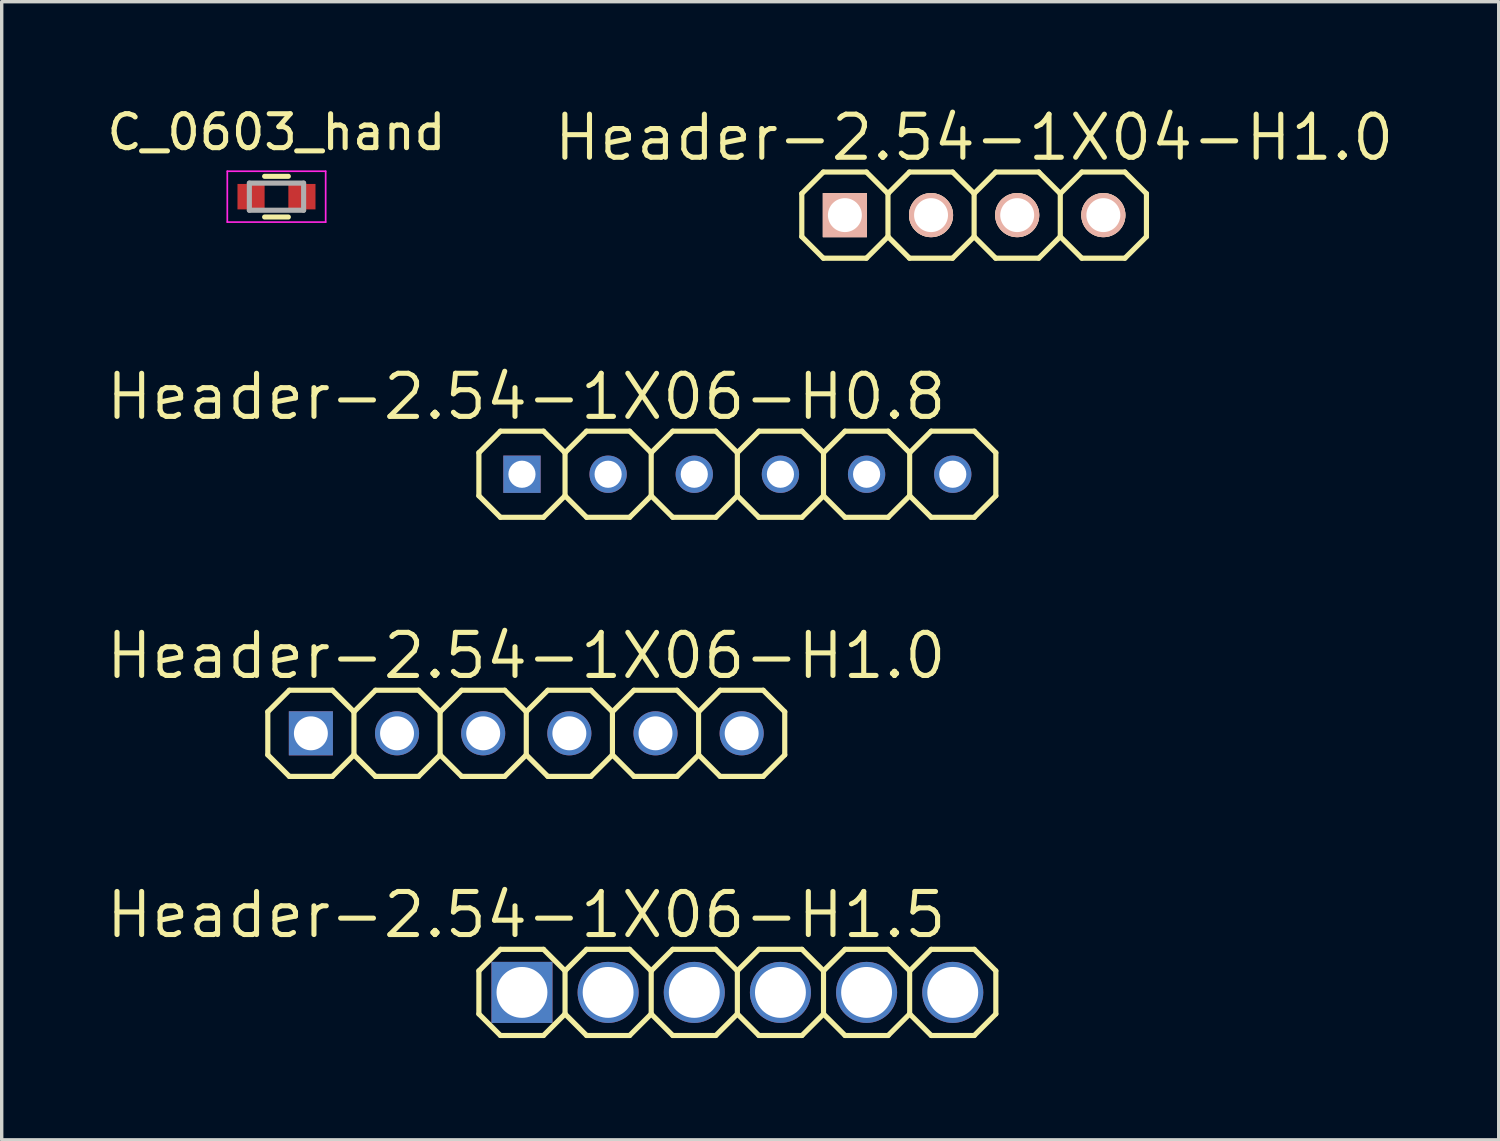
<source format=kicad_pcb>
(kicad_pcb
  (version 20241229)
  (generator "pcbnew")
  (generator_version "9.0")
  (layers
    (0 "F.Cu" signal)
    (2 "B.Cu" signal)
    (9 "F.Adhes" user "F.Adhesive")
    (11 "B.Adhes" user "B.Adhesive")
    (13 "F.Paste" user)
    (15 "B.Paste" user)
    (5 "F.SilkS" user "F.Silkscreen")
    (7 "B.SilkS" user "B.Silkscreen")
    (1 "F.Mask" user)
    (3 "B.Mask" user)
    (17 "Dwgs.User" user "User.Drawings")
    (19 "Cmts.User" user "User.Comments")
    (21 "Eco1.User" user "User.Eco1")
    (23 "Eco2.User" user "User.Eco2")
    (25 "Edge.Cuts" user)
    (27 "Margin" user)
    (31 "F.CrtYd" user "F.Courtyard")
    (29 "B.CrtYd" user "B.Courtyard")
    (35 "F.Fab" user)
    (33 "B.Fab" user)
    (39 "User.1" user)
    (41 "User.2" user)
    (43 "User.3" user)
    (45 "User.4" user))
  (footprint "C_0603_hand"
    (layer "F.Cu")
    (at 5.101 2.748)
    (property "Reference" "C_0603_hand" (at 0 -1.9 0) (layer "F.SilkS") (effects (font (size 1 1) (thickness 0.15))))
    (attr smd)
    (fp_line (start -0.35 -0.6) (end 0.35 -0.6) (stroke (width 0.15) (type solid)) (layer "F.SilkS"))
    (fp_line (start 0.35 0.6) (end -0.35 0.6) (stroke (width 0.15) (type solid)) (layer "F.SilkS"))
    (fp_line (start -1.45 -0.75) (end -1.45 0.75) (stroke (width 0.05) (type solid)) (layer "F.CrtYd"))
    (fp_line (start -1.45 -0.75) (end 1.45 -0.75) (stroke (width 0.05) (type solid)) (layer "F.CrtYd"))
    (fp_line (start -1.45 0.75) (end 1.45 0.75) (stroke (width 0.05) (type solid)) (layer "F.CrtYd"))
    (fp_line (start 1.45 -0.75) (end 1.45 0.75) (stroke (width 0.05) (type solid)) (layer "F.CrtYd"))
    (fp_line (start -0.8 -0.4) (end 0.8 -0.4) (stroke (width 0.15) (type solid)) (layer "F.Fab"))
    (fp_line (start -0.8 0.4) (end -0.8 -0.4) (stroke (width 0.15) (type solid)) (layer "F.Fab"))
    (fp_line (start 0.8 -0.4) (end 0.8 0.4) (stroke (width 0.15) (type solid)) (layer "F.Fab"))
    (fp_line (start 0.8 0.4) (end -0.8 0.4) (stroke (width 0.15) (type solid)) (layer "F.Fab"))
    (pad "1" smd rect (at -0.75 0) (size 0.8 0.75) (layers "F.Cu" "F.Mask" "F.Paste"))
    (pad "2" smd rect (at 0.75 0) (size 0.8 0.75) (layers "F.Cu" "F.Mask" "F.Paste")))
  (footprint "Header-2.54-1X04-H1.0"
    (layer "F.Cu")
    (at 25.668 3.292)
    (property "Reference" "Header-2.54-1X04-H1.0" (at 0 -2.286 0) (layer "F.SilkS") (effects (font (size 1.27 1.27) (thickness 0.15))))
    (attr exclude_from_pos_files exclude_from_bom)
    (fp_line (start -5.08 -0.635) (end -5.08 0.635) (stroke (width 0.152) (type solid)) (layer "F.SilkS"))
    (fp_line (start -5.08 0.635) (end -4.445 1.27) (stroke (width 0.152) (type solid)) (layer "F.SilkS"))
    (fp_line (start -4.445 -1.27) (end -5.08 -0.635) (stroke (width 0.152) (type solid)) (layer "F.SilkS"))
    (fp_line (start -4.445 -1.27) (end -3.175 -1.27) (stroke (width 0.152) (type solid)) (layer "F.SilkS"))
    (fp_line (start -3.175 -1.27) (end -2.54 -0.635) (stroke (width 0.152) (type solid)) (layer "F.SilkS"))
    (fp_line (start -3.175 1.27) (end -4.445 1.27) (stroke (width 0.152) (type solid)) (layer "F.SilkS"))
    (fp_line (start -2.54 -0.635) (end -2.54 0.635) (stroke (width 0.152) (type solid)) (layer "F.SilkS"))
    (fp_line (start -2.54 -0.635) (end -1.905 -1.27) (stroke (width 0.152) (type solid)) (layer "F.SilkS"))
    (fp_line (start -2.54 0.635) (end -3.175 1.27) (stroke (width 0.152) (type solid)) (layer "F.SilkS"))
    (fp_line (start -1.905 -1.27) (end -0.635 -1.27) (stroke (width 0.152) (type solid)) (layer "F.SilkS"))
    (fp_line (start -1.905 1.27) (end -2.54 0.635) (stroke (width 0.152) (type solid)) (layer "F.SilkS"))
    (fp_line (start -0.635 -1.27) (end 0 -0.635) (stroke (width 0.152) (type solid)) (layer "F.SilkS"))
    (fp_line (start -0.635 1.27) (end -1.905 1.27) (stroke (width 0.152) (type solid)) (layer "F.SilkS"))
    (fp_line (start 0 -0.635) (end 0 0.635) (stroke (width 0.152) (type solid)) (layer "F.SilkS"))
    (fp_line (start 0 -0.635) (end 0.635 -1.27) (stroke (width 0.152) (type solid)) (layer "F.SilkS"))
    (fp_line (start 0 0.635) (end -0.635 1.27) (stroke (width 0.152) (type solid)) (layer "F.SilkS"))
    (fp_line (start 0.635 -1.27) (end 1.905 -1.27) (stroke (width 0.152) (type solid)) (layer "F.SilkS"))
    (fp_line (start 0.635 1.27) (end 0 0.635) (stroke (width 0.152) (type solid)) (layer "F.SilkS"))
    (fp_line (start 1.905 -1.27) (end 2.54 -0.635) (stroke (width 0.152) (type solid)) (layer "F.SilkS"))
    (fp_line (start 1.905 1.27) (end 0.635 1.27) (stroke (width 0.152) (type solid)) (layer "F.SilkS"))
    (fp_line (start 2.54 -0.635) (end 2.54 0.635) (stroke (width 0.152) (type solid)) (layer "F.SilkS"))
    (fp_line (start 2.54 0.635) (end 1.905 1.27) (stroke (width 0.152) (type solid)) (layer "F.SilkS"))
    (fp_line (start 2.54 0.635) (end 3.175 1.27) (stroke (width 0.152) (type solid)) (layer "F.SilkS"))
    (fp_line (start 3.175 -1.27) (end 2.54 -0.635) (stroke (width 0.152) (type solid)) (layer "F.SilkS"))
    (fp_line (start 3.175 -1.27) (end 4.445 -1.27) (stroke (width 0.152) (type solid)) (layer "F.SilkS"))
    (fp_line (start 4.445 -1.27) (end 5.08 -0.635) (stroke (width 0.152) (type solid)) (layer "F.SilkS"))
    (fp_line (start 4.445 1.27) (end 3.175 1.27) (stroke (width 0.152) (type solid)) (layer "F.SilkS"))
    (fp_line (start 5.08 -0.635) (end 5.08 0.635) (stroke (width 0.152) (type solid)) (layer "F.SilkS"))
    (fp_line (start 5.08 0.635) (end 4.445 1.27) (stroke (width 0.152) (type solid)) (layer "F.SilkS"))
    (pad "1" thru_hole rect (at -3.81 0 180) (size 1.3 1.3) (drill 1) (layers "*.Cu" "*.Paste" "*.SilkS" "*.Mask"))
    (pad "2" thru_hole circle (at -1.27 0 180) (size 1.3 1.3) (drill 1) (layers "*.Cu" "*.Paste" "*.SilkS" "*.Mask"))
    (pad "3" thru_hole circle (at 1.27 0 180) (size 1.3 1.3) (drill 1) (layers "*.Cu" "*.Paste" "*.SilkS" "*.Mask"))
    (pad "4" thru_hole circle (at 3.81 0 180) (size 1.3 1.3) (drill 1) (layers "*.Cu" "*.Paste" "*.SilkS" "*.Mask")))
  (footprint "Header-2.54-1X06-H0.8"
    (layer "F.Cu")
    (at 18.688 10.931)
    (property "Reference" "Header-2.54-1X06-H0.8" (at -6.223 -2.286 0) (layer "F.SilkS") (effects (font (size 1.27 1.27) (thickness 0.15))))
    (attr exclude_from_pos_files exclude_from_bom)
    (fp_line (start -7.62 -0.635) (end -7.62 0.635) (stroke (width 0.152) (type solid)) (layer "F.SilkS"))
    (fp_line (start -7.62 0.635) (end -6.985 1.27) (stroke (width 0.152) (type solid)) (layer "F.SilkS"))
    (fp_line (start -6.985 -1.27) (end -7.62 -0.635) (stroke (width 0.152) (type solid)) (layer "F.SilkS"))
    (fp_line (start -6.985 -1.27) (end -5.715 -1.27) (stroke (width 0.152) (type solid)) (layer "F.SilkS"))
    (fp_line (start -5.715 -1.27) (end -5.08 -0.635) (stroke (width 0.152) (type solid)) (layer "F.SilkS"))
    (fp_line (start -5.715 1.27) (end -6.985 1.27) (stroke (width 0.152) (type solid)) (layer "F.SilkS"))
    (fp_line (start -5.08 -0.635) (end -5.08 0.635) (stroke (width 0.152) (type solid)) (layer "F.SilkS"))
    (fp_line (start -5.08 -0.635) (end -4.445 -1.27) (stroke (width 0.152) (type solid)) (layer "F.SilkS"))
    (fp_line (start -5.08 0.635) (end -5.715 1.27) (stroke (width 0.152) (type solid)) (layer "F.SilkS"))
    (fp_line (start -4.445 -1.27) (end -3.175 -1.27) (stroke (width 0.152) (type solid)) (layer "F.SilkS"))
    (fp_line (start -4.445 1.27) (end -5.08 0.635) (stroke (width 0.152) (type solid)) (layer "F.SilkS"))
    (fp_line (start -3.175 -1.27) (end -2.54 -0.635) (stroke (width 0.152) (type solid)) (layer "F.SilkS"))
    (fp_line (start -3.175 1.27) (end -4.445 1.27) (stroke (width 0.152) (type solid)) (layer "F.SilkS"))
    (fp_line (start -2.54 -0.635) (end -2.54 0.635) (stroke (width 0.152) (type solid)) (layer "F.SilkS"))
    (fp_line (start -2.54 -0.635) (end -1.905 -1.27) (stroke (width 0.152) (type solid)) (layer "F.SilkS"))
    (fp_line (start -2.54 0.635) (end -3.175 1.27) (stroke (width 0.152) (type solid)) (layer "F.SilkS"))
    (fp_line (start -1.905 -1.27) (end -0.635 -1.27) (stroke (width 0.152) (type solid)) (layer "F.SilkS"))
    (fp_line (start -1.905 1.27) (end -2.54 0.635) (stroke (width 0.152) (type solid)) (layer "F.SilkS"))
    (fp_line (start -0.635 -1.27) (end 0 -0.635) (stroke (width 0.152) (type solid)) (layer "F.SilkS"))
    (fp_line (start -0.635 1.27) (end -1.905 1.27) (stroke (width 0.152) (type solid)) (layer "F.SilkS"))
    (fp_line (start 0 -0.635) (end 0 0.635) (stroke (width 0.152) (type solid)) (layer "F.SilkS"))
    (fp_line (start 0 0.635) (end -0.635 1.27) (stroke (width 0.152) (type solid)) (layer "F.SilkS"))
    (fp_line (start 0 0.635) (end 0.635 1.27) (stroke (width 0.152) (type solid)) (layer "F.SilkS"))
    (fp_line (start 0.635 -1.27) (end 0 -0.635) (stroke (width 0.152) (type solid)) (layer "F.SilkS"))
    (fp_line (start 0.635 -1.27) (end 1.905 -1.27) (stroke (width 0.152) (type solid)) (layer "F.SilkS"))
    (fp_line (start 1.905 -1.27) (end 2.54 -0.635) (stroke (width 0.152) (type solid)) (layer "F.SilkS"))
    (fp_line (start 1.905 1.27) (end 0.635 1.27) (stroke (width 0.152) (type solid)) (layer "F.SilkS"))
    (fp_line (start 2.54 -0.635) (end 2.54 0.635) (stroke (width 0.152) (type solid)) (layer "F.SilkS"))
    (fp_line (start 2.54 -0.635) (end 3.175 -1.27) (stroke (width 0.152) (type solid)) (layer "F.SilkS"))
    (fp_line (start 2.54 0.635) (end 1.905 1.27) (stroke (width 0.152) (type solid)) (layer "F.SilkS"))
    (fp_line (start 3.175 -1.27) (end 4.445 -1.27) (stroke (width 0.152) (type solid)) (layer "F.SilkS"))
    (fp_line (start 3.175 1.27) (end 2.54 0.635) (stroke (width 0.152) (type solid)) (layer "F.SilkS"))
    (fp_line (start 4.445 -1.27) (end 5.08 -0.635) (stroke (width 0.152) (type solid)) (layer "F.SilkS"))
    (fp_line (start 4.445 1.27) (end 3.175 1.27) (stroke (width 0.152) (type solid)) (layer "F.SilkS"))
    (fp_line (start 5.08 -0.635) (end 5.08 0.635) (stroke (width 0.15) (type solid)) (layer "F.SilkS"))
    (fp_line (start 5.08 0.635) (end 4.445 1.27) (stroke (width 0.152) (type solid)) (layer "F.SilkS"))
    (fp_line (start 5.08 0.635) (end 5.715 1.27) (stroke (width 0.152) (type solid)) (layer "F.SilkS"))
    (fp_line (start 5.715 -1.27) (end 5.08 -0.635) (stroke (width 0.152) (type solid)) (layer "F.SilkS"))
    (fp_line (start 5.715 -1.27) (end 6.985 -1.27) (stroke (width 0.152) (type solid)) (layer "F.SilkS"))
    (fp_line (start 6.985 -1.27) (end 7.62 -0.635) (stroke (width 0.152) (type solid)) (layer "F.SilkS"))
    (fp_line (start 6.985 1.27) (end 5.715 1.27) (stroke (width 0.152) (type solid)) (layer "F.SilkS"))
    (fp_line (start 7.62 -0.635) (end 7.62 0.635) (stroke (width 0.152) (type solid)) (layer "F.SilkS"))
    (fp_line (start 7.62 0.635) (end 6.985 1.27) (stroke (width 0.152) (type solid)) (layer "F.SilkS"))
    (pad "1" thru_hole trapezoid (at -6.35 0 180) (size 1.1 1.1) (drill 0.8) (layers "*.Cu" "*.Mask"))
    (pad "2" thru_hole circle (at -3.81 0 180) (size 1.1 1.1) (drill 0.8) (layers "*.Cu" "*.Mask"))
    (pad "3" thru_hole circle (at -1.27 0 180) (size 1.1 1.1) (drill 0.8) (layers "*.Cu" "*.Mask"))
    (pad "4" thru_hole circle (at 1.27 0 180) (size 1.1 1.1) (drill 0.8) (layers "*.Cu" "*.Mask"))
    (pad "5" thru_hole circle (at 3.81 0 180) (size 1.1 1.1) (drill 0.8) (layers "*.Cu" "*.Mask"))
    (pad "6" thru_hole circle (at 6.35 0 180) (size 1.1 1.1) (drill 0.8) (layers "*.Cu" "*.Mask")))
  (footprint "Header-2.54-1X06-H1.0"
    (layer "F.Cu")
    (at 12.465 18.569)
    (property "Reference" "Header-2.54-1X06-H1.0" (at 0 -2.286 0) (layer "F.SilkS") (effects (font (size 1.27 1.27) (thickness 0.15))))
    (attr exclude_from_pos_files exclude_from_bom)
    (fp_line (start -7.62 -0.635) (end -7.62 0.635) (stroke (width 0.152) (type solid)) (layer "F.SilkS"))
    (fp_line (start -7.62 0.635) (end -6.985 1.27) (stroke (width 0.152) (type solid)) (layer "F.SilkS"))
    (fp_line (start -6.985 -1.27) (end -7.62 -0.635) (stroke (width 0.152) (type solid)) (layer "F.SilkS"))
    (fp_line (start -6.985 -1.27) (end -5.715 -1.27) (stroke (width 0.152) (type solid)) (layer "F.SilkS"))
    (fp_line (start -5.715 -1.27) (end -5.08 -0.635) (stroke (width 0.152) (type solid)) (layer "F.SilkS"))
    (fp_line (start -5.715 1.27) (end -6.985 1.27) (stroke (width 0.152) (type solid)) (layer "F.SilkS"))
    (fp_line (start -5.08 -0.635) (end -5.08 0.635) (stroke (width 0.152) (type solid)) (layer "F.SilkS"))
    (fp_line (start -5.08 -0.635) (end -4.445 -1.27) (stroke (width 0.152) (type solid)) (layer "F.SilkS"))
    (fp_line (start -5.08 0.635) (end -5.715 1.27) (stroke (width 0.152) (type solid)) (layer "F.SilkS"))
    (fp_line (start -4.445 -1.27) (end -3.175 -1.27) (stroke (width 0.152) (type solid)) (layer "F.SilkS"))
    (fp_line (start -4.445 1.27) (end -5.08 0.635) (stroke (width 0.152) (type solid)) (layer "F.SilkS"))
    (fp_line (start -3.175 -1.27) (end -2.54 -0.635) (stroke (width 0.152) (type solid)) (layer "F.SilkS"))
    (fp_line (start -3.175 1.27) (end -4.445 1.27) (stroke (width 0.152) (type solid)) (layer "F.SilkS"))
    (fp_line (start -2.54 -0.635) (end -2.54 0.635) (stroke (width 0.152) (type solid)) (layer "F.SilkS"))
    (fp_line (start -2.54 -0.635) (end -1.905 -1.27) (stroke (width 0.152) (type solid)) (layer "F.SilkS"))
    (fp_line (start -2.54 0.635) (end -3.175 1.27) (stroke (width 0.152) (type solid)) (layer "F.SilkS"))
    (fp_line (start -1.905 -1.27) (end -0.635 -1.27) (stroke (width 0.152) (type solid)) (layer "F.SilkS"))
    (fp_line (start -1.905 1.27) (end -2.54 0.635) (stroke (width 0.152) (type solid)) (layer "F.SilkS"))
    (fp_line (start -0.635 -1.27) (end 0 -0.635) (stroke (width 0.152) (type solid)) (layer "F.SilkS"))
    (fp_line (start -0.635 1.27) (end -1.905 1.27) (stroke (width 0.152) (type solid)) (layer "F.SilkS"))
    (fp_line (start 0 -0.635) (end 0 0.635) (stroke (width 0.152) (type solid)) (layer "F.SilkS"))
    (fp_line (start 0 0.635) (end -0.635 1.27) (stroke (width 0.152) (type solid)) (layer "F.SilkS"))
    (fp_line (start 0 0.635) (end 0.635 1.27) (stroke (width 0.152) (type solid)) (layer "F.SilkS"))
    (fp_line (start 0.635 -1.27) (end 0 -0.635) (stroke (width 0.152) (type solid)) (layer "F.SilkS"))
    (fp_line (start 0.635 -1.27) (end 1.905 -1.27) (stroke (width 0.152) (type solid)) (layer "F.SilkS"))
    (fp_line (start 1.905 -1.27) (end 2.54 -0.635) (stroke (width 0.152) (type solid)) (layer "F.SilkS"))
    (fp_line (start 1.905 1.27) (end 0.635 1.27) (stroke (width 0.152) (type solid)) (layer "F.SilkS"))
    (fp_line (start 2.54 -0.635) (end 2.54 0.635) (stroke (width 0.152) (type solid)) (layer "F.SilkS"))
    (fp_line (start 2.54 -0.635) (end 3.175 -1.27) (stroke (width 0.152) (type solid)) (layer "F.SilkS"))
    (fp_line (start 2.54 0.635) (end 1.905 1.27) (stroke (width 0.152) (type solid)) (layer "F.SilkS"))
    (fp_line (start 3.175 -1.27) (end 4.445 -1.27) (stroke (width 0.152) (type solid)) (layer "F.SilkS"))
    (fp_line (start 3.175 1.27) (end 2.54 0.635) (stroke (width 0.152) (type solid)) (layer "F.SilkS"))
    (fp_line (start 4.445 -1.27) (end 5.08 -0.635) (stroke (width 0.152) (type solid)) (layer "F.SilkS"))
    (fp_line (start 4.445 1.27) (end 3.175 1.27) (stroke (width 0.152) (type solid)) (layer "F.SilkS"))
    (fp_line (start 5.08 -0.635) (end 5.08 0.635) (stroke (width 0.15) (type solid)) (layer "F.SilkS"))
    (fp_line (start 5.08 0.635) (end 4.445 1.27) (stroke (width 0.152) (type solid)) (layer "F.SilkS"))
    (fp_line (start 5.08 0.635) (end 5.715 1.27) (stroke (width 0.152) (type solid)) (layer "F.SilkS"))
    (fp_line (start 5.715 -1.27) (end 5.08 -0.635) (stroke (width 0.152) (type solid)) (layer "F.SilkS"))
    (fp_line (start 5.715 -1.27) (end 6.985 -1.27) (stroke (width 0.152) (type solid)) (layer "F.SilkS"))
    (fp_line (start 6.985 -1.27) (end 7.62 -0.635) (stroke (width 0.152) (type solid)) (layer "F.SilkS"))
    (fp_line (start 6.985 1.27) (end 5.715 1.27) (stroke (width 0.152) (type solid)) (layer "F.SilkS"))
    (fp_line (start 7.62 -0.635) (end 7.62 0.635) (stroke (width 0.152) (type solid)) (layer "F.SilkS"))
    (fp_line (start 7.62 0.635) (end 6.985 1.27) (stroke (width 0.152) (type solid)) (layer "F.SilkS"))
    (pad "1" thru_hole trapezoid (at -6.35 0 180) (size 1.3 1.3) (drill 1) (layers "*.Cu" "*.Mask"))
    (pad "2" thru_hole circle (at -3.81 0 180) (size 1.3 1.3) (drill 1) (layers "*.Cu" "*.Mask"))
    (pad "3" thru_hole circle (at -1.27 0 180) (size 1.3 1.3) (drill 1) (layers "*.Cu" "*.Mask"))
    (pad "4" thru_hole circle (at 1.27 0 180) (size 1.3 1.3) (drill 1) (layers "*.Cu" "*.Mask"))
    (pad "5" thru_hole circle (at 3.81 0 180) (size 1.3 1.3) (drill 1) (layers "*.Cu" "*.Mask"))
    (pad "6" thru_hole circle (at 6.35 0 180) (size 1.3 1.3) (drill 1) (layers "*.Cu" "*.Mask")))
  (footprint "Header-2.54-1X06-H1.5"
    (layer "F.Cu")
    (at 18.688 26.207)
    (property "Reference" "Header-2.54-1X06-H1.5" (at -6.223 -2.286 0) (layer "F.SilkS") (effects (font (size 1.27 1.27) (thickness 0.15))))
    (attr exclude_from_pos_files exclude_from_bom)
    (fp_line (start -7.62 -0.635) (end -7.62 0.635) (stroke (width 0.152) (type solid)) (layer "F.SilkS"))
    (fp_line (start -7.62 0.635) (end -6.985 1.27) (stroke (width 0.152) (type solid)) (layer "F.SilkS"))
    (fp_line (start -6.985 -1.27) (end -7.62 -0.635) (stroke (width 0.152) (type solid)) (layer "F.SilkS"))
    (fp_line (start -6.985 -1.27) (end -5.715 -1.27) (stroke (width 0.152) (type solid)) (layer "F.SilkS"))
    (fp_line (start -5.715 -1.27) (end -5.08 -0.635) (stroke (width 0.152) (type solid)) (layer "F.SilkS"))
    (fp_line (start -5.715 1.27) (end -6.985 1.27) (stroke (width 0.152) (type solid)) (layer "F.SilkS"))
    (fp_line (start -5.08 -0.635) (end -5.08 0.635) (stroke (width 0.152) (type solid)) (layer "F.SilkS"))
    (fp_line (start -5.08 -0.635) (end -4.445 -1.27) (stroke (width 0.152) (type solid)) (layer "F.SilkS"))
    (fp_line (start -5.08 0.635) (end -5.715 1.27) (stroke (width 0.152) (type solid)) (layer "F.SilkS"))
    (fp_line (start -4.445 -1.27) (end -3.175 -1.27) (stroke (width 0.152) (type solid)) (layer "F.SilkS"))
    (fp_line (start -4.445 1.27) (end -5.08 0.635) (stroke (width 0.152) (type solid)) (layer "F.SilkS"))
    (fp_line (start -3.175 -1.27) (end -2.54 -0.635) (stroke (width 0.152) (type solid)) (layer "F.SilkS"))
    (fp_line (start -3.175 1.27) (end -4.445 1.27) (stroke (width 0.152) (type solid)) (layer "F.SilkS"))
    (fp_line (start -2.54 -0.635) (end -2.54 0.635) (stroke (width 0.152) (type solid)) (layer "F.SilkS"))
    (fp_line (start -2.54 -0.635) (end -1.905 -1.27) (stroke (width 0.152) (type solid)) (layer "F.SilkS"))
    (fp_line (start -2.54 0.635) (end -3.175 1.27) (stroke (width 0.152) (type solid)) (layer "F.SilkS"))
    (fp_line (start -1.905 -1.27) (end -0.635 -1.27) (stroke (width 0.152) (type solid)) (layer "F.SilkS"))
    (fp_line (start -1.905 1.27) (end -2.54 0.635) (stroke (width 0.152) (type solid)) (layer "F.SilkS"))
    (fp_line (start -0.635 -1.27) (end 0 -0.635) (stroke (width 0.152) (type solid)) (layer "F.SilkS"))
    (fp_line (start -0.635 1.27) (end -1.905 1.27) (stroke (width 0.152) (type solid)) (layer "F.SilkS"))
    (fp_line (start 0 -0.635) (end 0 0.635) (stroke (width 0.152) (type solid)) (layer "F.SilkS"))
    (fp_line (start 0 0.635) (end -0.635 1.27) (stroke (width 0.152) (type solid)) (layer "F.SilkS"))
    (fp_line (start 0 0.635) (end 0.635 1.27) (stroke (width 0.152) (type solid)) (layer "F.SilkS"))
    (fp_line (start 0.635 -1.27) (end 0 -0.635) (stroke (width 0.152) (type solid)) (layer "F.SilkS"))
    (fp_line (start 0.635 -1.27) (end 1.905 -1.27) (stroke (width 0.152) (type solid)) (layer "F.SilkS"))
    (fp_line (start 1.905 -1.27) (end 2.54 -0.635) (stroke (width 0.152) (type solid)) (layer "F.SilkS"))
    (fp_line (start 1.905 1.27) (end 0.635 1.27) (stroke (width 0.152) (type solid)) (layer "F.SilkS"))
    (fp_line (start 2.54 -0.635) (end 2.54 0.635) (stroke (width 0.152) (type solid)) (layer "F.SilkS"))
    (fp_line (start 2.54 -0.635) (end 3.175 -1.27) (stroke (width 0.152) (type solid)) (layer "F.SilkS"))
    (fp_line (start 2.54 0.635) (end 1.905 1.27) (stroke (width 0.152) (type solid)) (layer "F.SilkS"))
    (fp_line (start 3.175 -1.27) (end 4.445 -1.27) (stroke (width 0.152) (type solid)) (layer "F.SilkS"))
    (fp_line (start 3.175 1.27) (end 2.54 0.635) (stroke (width 0.152) (type solid)) (layer "F.SilkS"))
    (fp_line (start 4.445 -1.27) (end 5.08 -0.635) (stroke (width 0.152) (type solid)) (layer "F.SilkS"))
    (fp_line (start 4.445 1.27) (end 3.175 1.27) (stroke (width 0.152) (type solid)) (layer "F.SilkS"))
    (fp_line (start 5.08 -0.635) (end 5.08 0.635) (stroke (width 0.15) (type solid)) (layer "F.SilkS"))
    (fp_line (start 5.08 0.635) (end 4.445 1.27) (stroke (width 0.152) (type solid)) (layer "F.SilkS"))
    (fp_line (start 5.08 0.635) (end 5.715 1.27) (stroke (width 0.152) (type solid)) (layer "F.SilkS"))
    (fp_line (start 5.715 -1.27) (end 5.08 -0.635) (stroke (width 0.152) (type solid)) (layer "F.SilkS"))
    (fp_line (start 5.715 -1.27) (end 6.985 -1.27) (stroke (width 0.152) (type solid)) (layer "F.SilkS"))
    (fp_line (start 6.985 -1.27) (end 7.62 -0.635) (stroke (width 0.152) (type solid)) (layer "F.SilkS"))
    (fp_line (start 6.985 1.27) (end 5.715 1.27) (stroke (width 0.152) (type solid)) (layer "F.SilkS"))
    (fp_line (start 7.62 -0.635) (end 7.62 0.635) (stroke (width 0.152) (type solid)) (layer "F.SilkS"))
    (fp_line (start 7.62 0.635) (end 6.985 1.27) (stroke (width 0.152) (type solid)) (layer "F.SilkS"))
    (pad "1" thru_hole trapezoid (at -6.35 0 180) (size 1.8 1.8) (drill 1.5) (layers "*.Cu" "*.Mask"))
    (pad "2" thru_hole circle (at -3.81 0 180) (size 1.8 1.8) (drill 1.5) (layers "*.Cu" "*.Mask"))
    (pad "3" thru_hole circle (at -1.27 0 180) (size 1.8 1.8) (drill 1.5) (layers "*.Cu" "*.Mask"))
    (pad "4" thru_hole circle (at 1.27 0 180) (size 1.8 1.8) (drill 1.5) (layers "*.Cu" "*.Mask"))
    (pad "5" thru_hole circle (at 3.81 0 180) (size 1.8 1.8) (drill 1.5) (layers "*.Cu" "*.Mask"))
    (pad "6" thru_hole circle (at 6.35 0 180) (size 1.8 1.8) (drill 1.5) (layers "*.Cu" "*.Mask")))
  (gr_rect
    (start -3 -3)
    (end 41.133 30.554)
    (stroke (width 0.1) (type default))
    (fill no)
    (layer "Edge.Cuts")))
</source>
